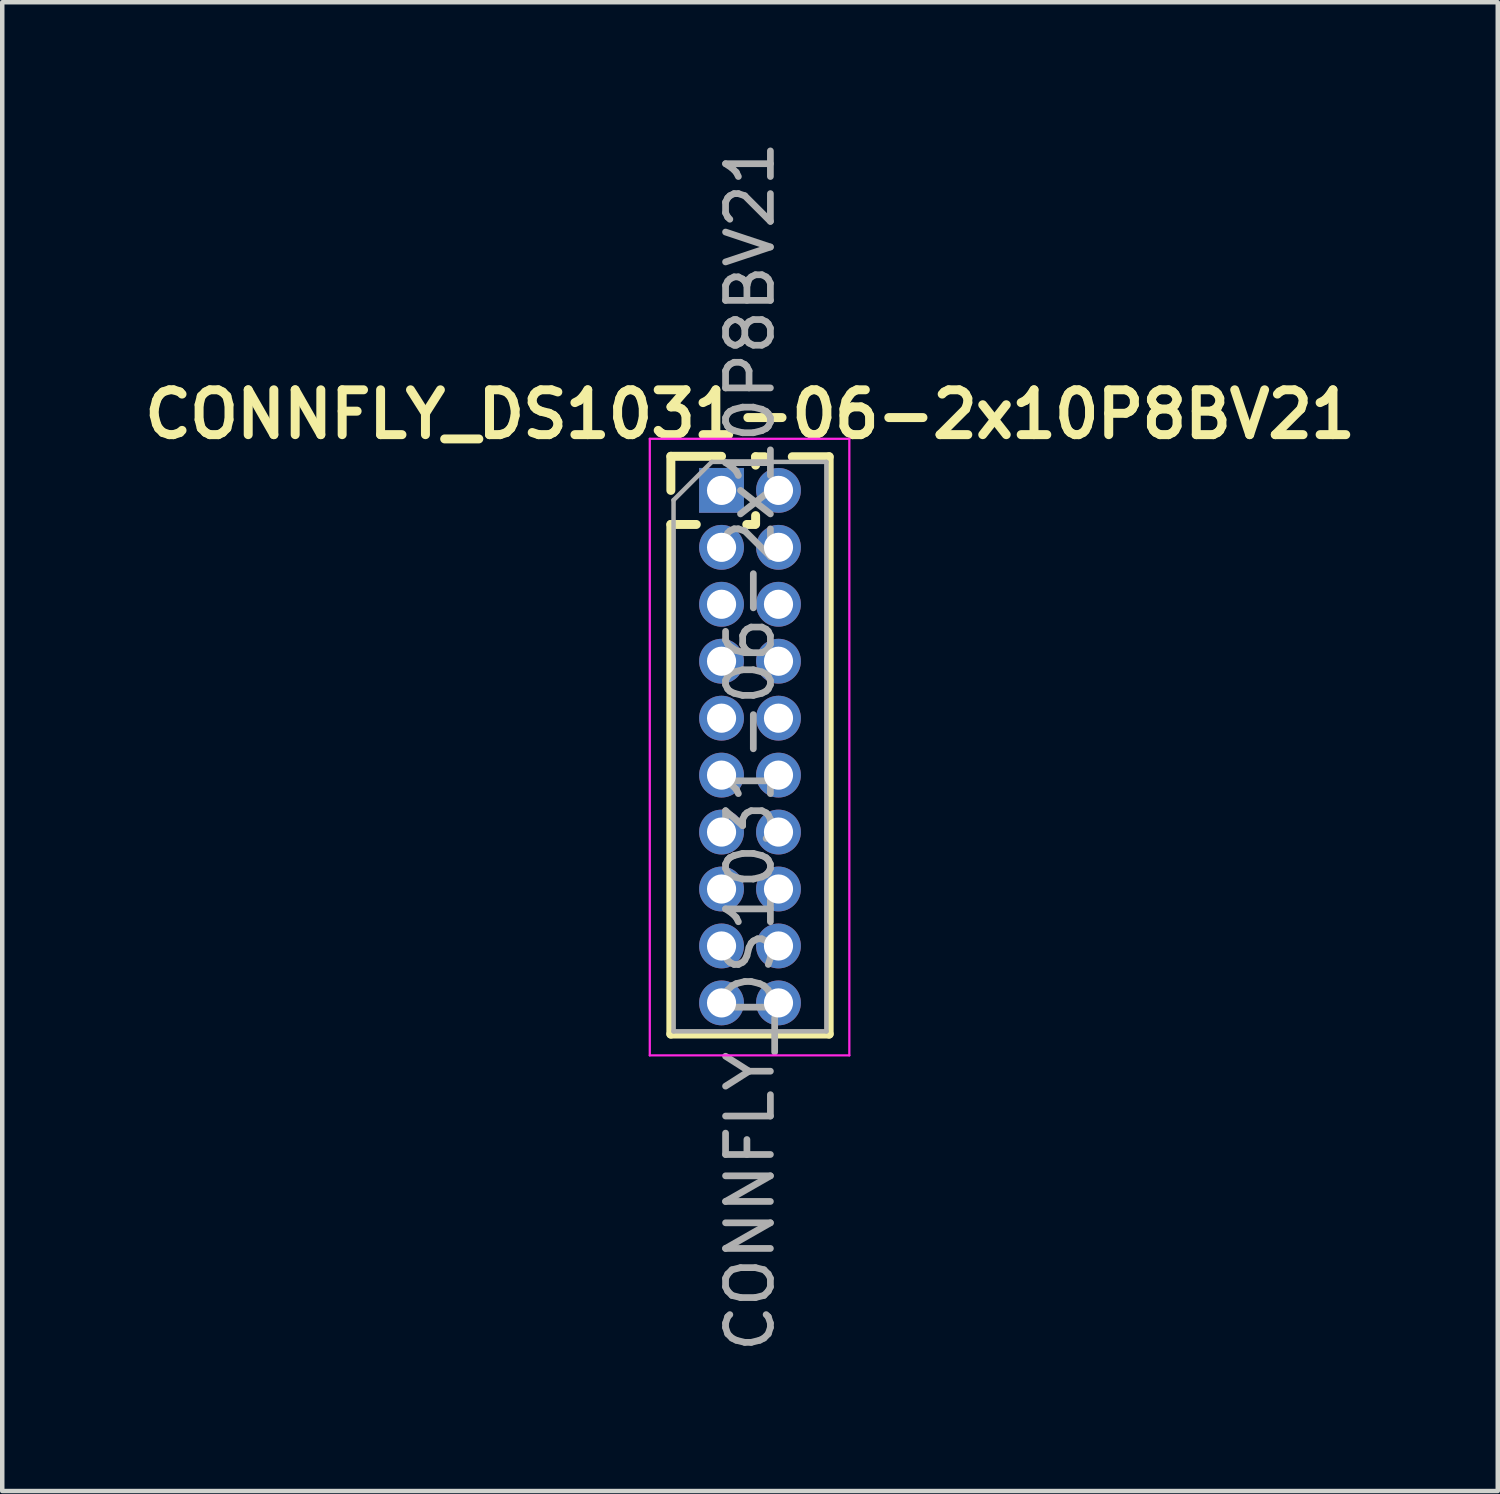
<source format=kicad_pcb>
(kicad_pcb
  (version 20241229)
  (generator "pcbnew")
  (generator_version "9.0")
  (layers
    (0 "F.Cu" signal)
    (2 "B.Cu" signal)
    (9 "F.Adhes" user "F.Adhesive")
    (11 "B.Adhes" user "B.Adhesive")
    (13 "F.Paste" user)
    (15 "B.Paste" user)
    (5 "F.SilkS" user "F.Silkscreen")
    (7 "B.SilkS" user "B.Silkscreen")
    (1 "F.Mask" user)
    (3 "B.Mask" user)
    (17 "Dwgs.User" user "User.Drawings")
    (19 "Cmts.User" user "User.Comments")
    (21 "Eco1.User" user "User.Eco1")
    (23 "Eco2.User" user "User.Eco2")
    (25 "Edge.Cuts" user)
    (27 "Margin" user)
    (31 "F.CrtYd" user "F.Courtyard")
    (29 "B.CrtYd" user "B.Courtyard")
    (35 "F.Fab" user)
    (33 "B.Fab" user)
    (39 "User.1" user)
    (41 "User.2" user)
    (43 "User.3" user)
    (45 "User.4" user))
  (footprint "CONNFLY_DS1031-06-2x10P8BV21"
    (layer "F.Cu")
    (at 13.041 7.886)
    (property "Reference" "CONNFLY_DS1031-06-2x10P8BV21" (at 0.635 -1.695 0) (layer "F.SilkS") (effects (font (size 1 1) (thickness 0.2))))
    (attr through_hole)
    (fp_line (start -1.13 -0.76) (end 0 -0.76) (stroke (width 0.2) (type solid)) (layer "F.SilkS"))
    (fp_line (start -1.13 0) (end -1.13 -0.76) (stroke (width 0.2) (type solid)) (layer "F.SilkS"))
    (fp_line (start -1.13 0.76) (end -1.13 12.125) (stroke (width 0.2) (type solid)) (layer "F.SilkS"))
    (fp_line (start -1.13 0.76) (end -0.563 0.76) (stroke (width 0.2) (type solid)) (layer "F.SilkS"))
    (fp_line (start -1.13 12.125) (end 2.4 12.125) (stroke (width 0.2) (type solid)) (layer "F.SilkS"))
    (fp_line (start 0.563 0.76) (end 0.75 0.76) (stroke (width 0.2) (type solid)) (layer "F.SilkS"))
    (fp_line (start 0.76 -0.75) (end 0.962 -0.75) (stroke (width 0.2) (type solid)) (layer "F.SilkS"))
    (fp_line (start 0.76 -0.563) (end 0.76 -0.75) (stroke (width 0.2) (type solid)) (layer "F.SilkS"))
    (fp_line (start 0.76 0.75) (end 0.76 0.563) (stroke (width 0.2) (type solid)) (layer "F.SilkS"))
    (fp_line (start 1.578 -0.75) (end 2.4 -0.75) (stroke (width 0.2) (type solid)) (layer "F.SilkS"))
    (fp_line (start 2.4 -0.75) (end 2.4 12.125) (stroke (width 0.2) (type solid)) (layer "F.SilkS"))
    (fp_line (start -1.6 -1.15) (end -1.6 12.6) (stroke (width 0.05) (type solid)) (layer "F.CrtYd"))
    (fp_line (start -1.6 12.6) (end 2.85 12.6) (stroke (width 0.05) (type solid)) (layer "F.CrtYd"))
    (fp_line (start 2.85 -1.15) (end -1.6 -1.15) (stroke (width 0.05) (type solid)) (layer "F.CrtYd"))
    (fp_line (start 2.85 12.6) (end 2.85 -1.15) (stroke (width 0.05) (type solid)) (layer "F.CrtYd"))
    (fp_line (start -1.07 0.217) (end -0.217 -0.635) (stroke (width 0.1) (type solid)) (layer "F.Fab"))
    (fp_line (start -1.07 12.065) (end -1.07 0.217) (stroke (width 0.1) (type solid)) (layer "F.Fab"))
    (fp_line (start -0.217 -0.635) (end 2.34 -0.635) (stroke (width 0.1) (type solid)) (layer "F.Fab"))
    (fp_line (start 2.34 -0.635) (end 2.34 12.065) (stroke (width 0.1) (type solid)) (layer "F.Fab"))
    (fp_line (start 2.34 12.065) (end -1.07 12.065) (stroke (width 0.1) (type solid)) (layer "F.Fab"))
    (fp_text user "${REFERENCE}" (at 0.635 5.715 90) (layer "F.Fab") (effects (font (size 1 1) (thickness 0.15))))
    (pad "1" thru_hole rect (at 0 0) (size 1 1) (drill 0.65) (layers "*.Cu" "*.Mask"))
    (pad "2" thru_hole oval (at 1.27 0) (size 1 1) (drill 0.65) (layers "*.Cu" "*.Mask"))
    (pad "3" thru_hole oval (at 0 1.27) (size 1 1) (drill 0.65) (layers "*.Cu" "*.Mask"))
    (pad "4" thru_hole oval (at 1.27 1.27) (size 1 1) (drill 0.65) (layers "*.Cu" "*.Mask"))
    (pad "5" thru_hole oval (at 0 2.54) (size 1 1) (drill 0.65) (layers "*.Cu" "*.Mask"))
    (pad "6" thru_hole oval (at 1.27 2.54) (size 1 1) (drill 0.65) (layers "*.Cu" "*.Mask"))
    (pad "7" thru_hole oval (at 0 3.81) (size 1 1) (drill 0.65) (layers "*.Cu" "*.Mask"))
    (pad "8" thru_hole oval (at 1.27 3.81) (size 1 1) (drill 0.65) (layers "*.Cu" "*.Mask"))
    (pad "9" thru_hole oval (at 0 5.08) (size 1 1) (drill 0.65) (layers "*.Cu" "*.Mask"))
    (pad "10" thru_hole oval (at 1.27 5.08) (size 1 1) (drill 0.65) (layers "*.Cu" "*.Mask"))
    (pad "11" thru_hole oval (at 0 6.35) (size 1 1) (drill 0.65) (layers "*.Cu" "*.Mask"))
    (pad "12" thru_hole oval (at 1.27 6.35) (size 1 1) (drill 0.65) (layers "*.Cu" "*.Mask"))
    (pad "13" thru_hole oval (at 0 7.62) (size 1 1) (drill 0.65) (layers "*.Cu" "*.Mask"))
    (pad "14" thru_hole oval (at 1.27 7.62) (size 1 1) (drill 0.65) (layers "*.Cu" "*.Mask"))
    (pad "15" thru_hole oval (at 0 8.89) (size 1 1) (drill 0.65) (layers "*.Cu" "*.Mask"))
    (pad "16" thru_hole oval (at 1.27 8.89) (size 1 1) (drill 0.65) (layers "*.Cu" "*.Mask"))
    (pad "17" thru_hole oval (at 0 10.16) (size 1 1) (drill 0.65) (layers "*.Cu" "*.Mask"))
    (pad "18" thru_hole oval (at 1.27 10.16) (size 1 1) (drill 0.65) (layers "*.Cu" "*.Mask"))
    (pad "19" thru_hole oval (at 0 11.43) (size 1 1) (drill 0.65) (layers "*.Cu" "*.Mask"))
    (pad "20" thru_hole oval (at 1.27 11.43) (size 1 1) (drill 0.65) (layers "*.Cu" "*.Mask")))
  (gr_rect
    (start -3 -3)
    (end 30.352 30.202)
    (stroke (width 0.1) (type default))
    (fill no)
    (layer "Edge.Cuts")))
</source>
